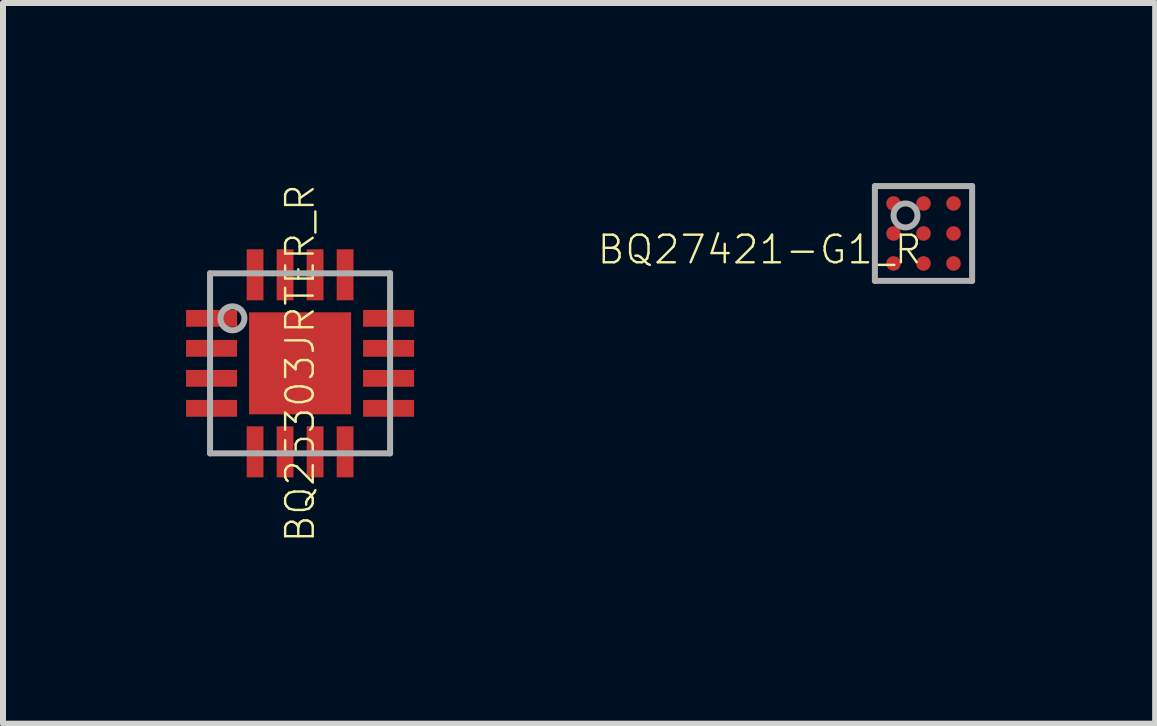
<source format=kicad_pcb>
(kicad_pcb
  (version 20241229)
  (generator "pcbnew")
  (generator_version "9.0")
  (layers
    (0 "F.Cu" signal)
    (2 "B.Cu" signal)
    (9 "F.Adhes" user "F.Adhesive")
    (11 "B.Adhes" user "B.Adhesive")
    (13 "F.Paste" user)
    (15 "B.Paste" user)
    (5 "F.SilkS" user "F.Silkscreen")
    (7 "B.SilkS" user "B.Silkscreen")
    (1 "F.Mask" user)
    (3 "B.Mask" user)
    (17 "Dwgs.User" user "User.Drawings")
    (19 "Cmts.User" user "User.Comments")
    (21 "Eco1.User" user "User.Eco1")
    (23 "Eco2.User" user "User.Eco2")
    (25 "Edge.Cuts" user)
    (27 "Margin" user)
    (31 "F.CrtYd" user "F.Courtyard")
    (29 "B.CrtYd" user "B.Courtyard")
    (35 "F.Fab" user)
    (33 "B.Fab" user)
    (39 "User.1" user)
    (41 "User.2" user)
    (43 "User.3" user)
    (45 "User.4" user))
  (footprint "BQ25303JRTER_R"
    (layer "F.Cu")
    (at 1.95 3.004)
    (property "Reference" "BQ25303JRTER_R" (at 0 0 90) (unlocked yes) (layer "F.SilkS") (effects (font (size 0.46 0.46) (thickness 0.04))))
    (fp_poly (pts (xy -1.95 -0.94) (xy -1.95 -0.56) (xy -1 -0.56) (xy -1 -0.94)) (stroke (width 0) (type default)) (fill yes) (layer "F.Mask"))
    (fp_poly (pts (xy -1.95 -0.44) (xy -1.95 -0.06) (xy -1 -0.06) (xy -1 -0.44)) (stroke (width 0) (type default)) (fill yes) (layer "F.Mask"))
    (fp_poly (pts (xy -1.95 0.06) (xy -1.95 0.44) (xy -1 0.44) (xy -1 0.06)) (stroke (width 0) (type default)) (fill yes) (layer "F.Mask"))
    (fp_poly (pts (xy -1.95 0.56) (xy -1.95 0.94) (xy -1 0.94) (xy -1 0.56)) (stroke (width 0) (type default)) (fill yes) (layer "F.Mask"))
    (fp_poly (pts (xy -0.94 1.95) (xy -0.56 1.95) (xy -0.56 1) (xy -0.94 1)) (stroke (width 0) (type default)) (fill yes) (layer "F.Mask"))
    (fp_poly (pts (xy -0.9 0.9) (xy 0.9 0.9) (xy 0.9 -0.9) (xy -0.9 -0.9)) (stroke (width 0) (type default)) (fill yes) (layer "F.Mask"))
    (fp_poly (pts (xy -0.56 -1.95) (xy -0.94 -1.95) (xy -0.94 -1) (xy -0.56 -1)) (stroke (width 0) (type default)) (fill yes) (layer "F.Mask"))
    (fp_poly (pts (xy -0.44 1.95) (xy -0.06 1.95) (xy -0.06 1) (xy -0.44 1)) (stroke (width 0) (type default)) (fill yes) (layer "F.Mask"))
    (fp_poly (pts (xy -0.06 -1.95) (xy -0.44 -1.95) (xy -0.44 -1) (xy -0.06 -1)) (stroke (width 0) (type default)) (fill yes) (layer "F.Mask"))
    (fp_poly (pts (xy 0.06 1.95) (xy 0.44 1.95) (xy 0.44 1) (xy 0.06 1)) (stroke (width 0) (type default)) (fill yes) (layer "F.Mask"))
    (fp_poly (pts (xy 0.44 -1.95) (xy 0.06 -1.95) (xy 0.06 -1) (xy 0.44 -1)) (stroke (width 0) (type default)) (fill yes) (layer "F.Mask"))
    (fp_poly (pts (xy 0.56 1.95) (xy 0.94 1.95) (xy 0.94 1) (xy 0.56 1)) (stroke (width 0) (type default)) (fill yes) (layer "F.Mask"))
    (fp_poly (pts (xy 0.94 -1.95) (xy 0.56 -1.95) (xy 0.56 -1) (xy 0.94 -1)) (stroke (width 0) (type default)) (fill yes) (layer "F.Mask"))
    (fp_poly (pts (xy 1.95 -0.56) (xy 1.95 -0.94) (xy 1 -0.94) (xy 1 -0.56)) (stroke (width 0) (type default)) (fill yes) (layer "F.Mask"))
    (fp_poly (pts (xy 1.95 -0.06) (xy 1.95 -0.44) (xy 1 -0.44) (xy 1 -0.06)) (stroke (width 0) (type default)) (fill yes) (layer "F.Mask"))
    (fp_poly (pts (xy 1.95 0.44) (xy 1.95 0.06) (xy 1 0.06) (xy 1 0.44)) (stroke (width 0) (type default)) (fill yes) (layer "F.Mask"))
    (fp_poly (pts (xy 1.95 0.94) (xy 1.95 0.56) (xy 1 0.56) (xy 1 0.94)) (stroke (width 0) (type default)) (fill yes) (layer "F.Mask"))
    (fp_poly (pts (xy -1.075 -0.635) (xy -1.875 -0.635) (xy -1.875 -0.865) (xy -1.075 -0.865)) (stroke (width 0) (type default)) (fill yes) (layer "F.Paste"))
    (fp_poly (pts (xy -1.075 -0.135) (xy -1.875 -0.135) (xy -1.875 -0.365) (xy -1.075 -0.365)) (stroke (width 0) (type default)) (fill yes) (layer "F.Paste"))
    (fp_poly (pts (xy -1.075 0.365) (xy -1.875 0.365) (xy -1.875 0.135) (xy -1.075 0.135)) (stroke (width 0) (type default)) (fill yes) (layer "F.Paste"))
    (fp_poly (pts (xy -1.075 0.865) (xy -1.875 0.865) (xy -1.875 0.635) (xy -1.075 0.635)) (stroke (width 0) (type default)) (fill yes) (layer "F.Paste"))
    (fp_poly (pts (xy -0.635 -1.075) (xy -0.865 -1.075) (xy -0.865 -1.875) (xy -0.635 -1.875)) (stroke (width 0) (type default)) (fill yes) (layer "F.Paste"))
    (fp_poly (pts (xy -0.635 1.875) (xy -0.865 1.875) (xy -0.865 1.075) (xy -0.635 1.075)) (stroke (width 0) (type default)) (fill yes) (layer "F.Paste"))
    (fp_poly (pts (xy -0.15 -0.15) (xy -0.75 -0.15) (xy -0.75 -0.75) (xy -0.15 -0.75)) (stroke (width 0) (type default)) (fill yes) (layer "F.Paste"))
    (fp_poly (pts (xy -0.15 0.75) (xy -0.75 0.75) (xy -0.75 0.15) (xy -0.15 0.15)) (stroke (width 0) (type default)) (fill yes) (layer "F.Paste"))
    (fp_poly (pts (xy -0.135 -1.075) (xy -0.365 -1.075) (xy -0.365 -1.875) (xy -0.135 -1.875)) (stroke (width 0) (type default)) (fill yes) (layer "F.Paste"))
    (fp_poly (pts (xy -0.135 1.875) (xy -0.365 1.875) (xy -0.365 1.075) (xy -0.135 1.075)) (stroke (width 0) (type default)) (fill yes) (layer "F.Paste"))
    (fp_poly (pts (xy 0.365 -1.075) (xy 0.135 -1.075) (xy 0.135 -1.875) (xy 0.365 -1.875)) (stroke (width 0) (type default)) (fill yes) (layer "F.Paste"))
    (fp_poly (pts (xy 0.365 1.875) (xy 0.135 1.875) (xy 0.135 1.075) (xy 0.365 1.075)) (stroke (width 0) (type default)) (fill yes) (layer "F.Paste"))
    (fp_poly (pts (xy 0.75 -0.15) (xy 0.15 -0.15) (xy 0.15 -0.75) (xy 0.75 -0.75)) (stroke (width 0) (type default)) (fill yes) (layer "F.Paste"))
    (fp_poly (pts (xy 0.75 0.75) (xy 0.15 0.75) (xy 0.15 0.15) (xy 0.75 0.15)) (stroke (width 0) (type default)) (fill yes) (layer "F.Paste"))
    (fp_poly (pts (xy 0.865 -1.075) (xy 0.635 -1.075) (xy 0.635 -1.875) (xy 0.865 -1.875)) (stroke (width 0) (type default)) (fill yes) (layer "F.Paste"))
    (fp_poly (pts (xy 0.865 1.875) (xy 0.635 1.875) (xy 0.635 1.075) (xy 0.865 1.075)) (stroke (width 0) (type default)) (fill yes) (layer "F.Paste"))
    (fp_poly (pts (xy 1.875 -0.635) (xy 1.075 -0.635) (xy 1.075 -0.865) (xy 1.875 -0.865)) (stroke (width 0) (type default)) (fill yes) (layer "F.Paste"))
    (fp_poly (pts (xy 1.875 -0.135) (xy 1.075 -0.135) (xy 1.075 -0.365) (xy 1.875 -0.365)) (stroke (width 0) (type default)) (fill yes) (layer "F.Paste"))
    (fp_poly (pts (xy 1.875 0.365) (xy 1.075 0.365) (xy 1.075 0.135) (xy 1.875 0.135)) (stroke (width 0) (type default)) (fill yes) (layer "F.Paste"))
    (fp_poly (pts (xy 1.875 0.865) (xy 1.075 0.865) (xy 1.075 0.635) (xy 1.875 0.635)) (stroke (width 0) (type default)) (fill yes) (layer "F.Paste"))
    (fp_line (start -1.5 -1.5) (end -1.5 1.5) (stroke (width 0.1) (type solid)) (layer "F.Fab"))
    (fp_line (start -1.5 1.5) (end 1.5 1.5) (stroke (width 0.1) (type solid)) (layer "F.Fab"))
    (fp_line (start 1.5 -1.5) (end -1.5 -1.5) (stroke (width 0.1) (type solid)) (layer "F.Fab"))
    (fp_line (start 1.5 1.5) (end 1.5 -1.5) (stroke (width 0.1) (type solid)) (layer "F.Fab"))
    (fp_circle (center -1.127 -0.75) (end -0.927 -0.75) (stroke (width 0.1) (type solid)) (fill no) (layer "F.Fab"))
    (pad "0" smd rect (at 0 0) (size 1.7 1.7) (layers "F.Cu"))
    (pad "1" smd rect (at -1.475 -0.75 270) (size 0.28 0.85) (layers "F.Cu"))
    (pad "2" smd rect (at -1.475 -0.25 270) (size 0.28 0.85) (layers "F.Cu"))
    (pad "3" smd rect (at -1.475 0.25 270) (size 0.28 0.85) (layers "F.Cu"))
    (pad "4" smd rect (at -1.475 0.75 270) (size 0.28 0.85) (layers "F.Cu"))
    (pad "5" smd rect (at -0.75 1.475) (size 0.28 0.85) (layers "F.Cu"))
    (pad "6" smd rect (at -0.25 1.475) (size 0.28 0.85) (layers "F.Cu"))
    (pad "7" smd rect (at 0.25 1.475) (size 0.28 0.85) (layers "F.Cu"))
    (pad "8" smd rect (at 0.75 1.475) (size 0.28 0.85) (layers "F.Cu"))
    (pad "9" smd rect (at 1.475 0.75 90) (size 0.28 0.85) (layers "F.Cu"))
    (pad "10" smd rect (at 1.475 0.25 90) (size 0.28 0.85) (layers "F.Cu"))
    (pad "11" smd rect (at 1.475 -0.25 90) (size 0.28 0.85) (layers "F.Cu"))
    (pad "12" smd rect (at 1.475 -0.75 90) (size 0.28 0.85) (layers "F.Cu"))
    (pad "13" smd rect (at 0.75 -1.475 180) (size 0.28 0.85) (layers "F.Cu"))
    (pad "14" smd rect (at 0.25 -1.475 180) (size 0.28 0.85) (layers "F.Cu"))
    (pad "15" smd rect (at -0.25 -1.475 180) (size 0.28 0.85) (layers "F.Cu"))
    (pad "16" smd rect (at -0.75 -1.475 180) (size 0.28 0.85) (layers "F.Cu")))
  (footprint "BQ27421-G1_R"
    (layer "F.Cu")
    (at 12.338 0.84)
    (property "Reference" "BQ27421-G1_R" (at 0 0 0) (unlocked yes) (layer "F.SilkS") (effects (font (size 0.46 0.46) (thickness 0.04)) (justify right top)))
    (fp_circle (center -0.5 -0.5) (end -0.414 -0.5) (stroke (width 0.172) (type solid)) (fill yes) (layer "F.Mask"))
    (fp_circle (center -0.5 0) (end -0.414 0) (stroke (width 0.172) (type solid)) (fill yes) (layer "F.Mask"))
    (fp_circle (center -0.5 0.5) (end -0.414 0.5) (stroke (width 0.172) (type solid)) (fill yes) (layer "F.Mask"))
    (fp_circle (center 0 -0.5) (end 0.086 -0.5) (stroke (width 0.172) (type solid)) (fill yes) (layer "F.Mask"))
    (fp_circle (center 0 0) (end 0.086 0) (stroke (width 0.172) (type solid)) (fill yes) (layer "F.Mask"))
    (fp_circle (center 0 0.5) (end 0.086 0.5) (stroke (width 0.172) (type solid)) (fill yes) (layer "F.Mask"))
    (fp_circle (center 0.5 -0.5) (end 0.586 -0.5) (stroke (width 0.172) (type solid)) (fill yes) (layer "F.Mask"))
    (fp_circle (center 0.5 0) (end 0.586 0) (stroke (width 0.172) (type solid)) (fill yes) (layer "F.Mask"))
    (fp_circle (center 0.5 0.5) (end 0.586 0.5) (stroke (width 0.172) (type solid)) (fill yes) (layer "F.Mask"))
    (fp_poly (pts (xy -0.375 -0.375) (xy -0.625 -0.375) (xy -0.625 -0.625) (xy -0.375 -0.625)) (stroke (width 0) (type default)) (fill yes) (layer "F.Paste"))
    (fp_poly (pts (xy -0.375 0.125) (xy -0.625 0.125) (xy -0.625 -0.125) (xy -0.375 -0.125)) (stroke (width 0) (type default)) (fill yes) (layer "F.Paste"))
    (fp_poly (pts (xy -0.375 0.625) (xy -0.625 0.625) (xy -0.625 0.375) (xy -0.375 0.375)) (stroke (width 0) (type default)) (fill yes) (layer "F.Paste"))
    (fp_poly (pts (xy 0.125 -0.375) (xy -0.125 -0.375) (xy -0.125 -0.625) (xy 0.125 -0.625)) (stroke (width 0) (type default)) (fill yes) (layer "F.Paste"))
    (fp_poly (pts (xy 0.125 0.125) (xy -0.125 0.125) (xy -0.125 -0.125) (xy 0.125 -0.125)) (stroke (width 0) (type default)) (fill yes) (layer "F.Paste"))
    (fp_poly (pts (xy 0.125 0.625) (xy -0.125 0.625) (xy -0.125 0.375) (xy 0.125 0.375)) (stroke (width 0) (type default)) (fill yes) (layer "F.Paste"))
    (fp_poly (pts (xy 0.625 -0.375) (xy 0.375 -0.375) (xy 0.375 -0.625) (xy 0.625 -0.625)) (stroke (width 0) (type default)) (fill yes) (layer "F.Paste"))
    (fp_poly (pts (xy 0.625 0.125) (xy 0.375 0.125) (xy 0.375 -0.125) (xy 0.625 -0.125)) (stroke (width 0) (type default)) (fill yes) (layer "F.Paste"))
    (fp_poly (pts (xy 0.625 0.625) (xy 0.375 0.625) (xy 0.375 0.375) (xy 0.625 0.375)) (stroke (width 0) (type default)) (fill yes) (layer "F.Paste"))
    (fp_line (start -0.81 -0.79) (end -0.81 0.79) (stroke (width 0.1) (type solid)) (layer "F.Fab"))
    (fp_line (start -0.81 0.79) (end 0.81 0.79) (stroke (width 0.1) (type solid)) (layer "F.Fab"))
    (fp_line (start 0.81 -0.79) (end -0.81 -0.79) (stroke (width 0.1) (type solid)) (layer "F.Fab"))
    (fp_line (start 0.81 0.79) (end 0.81 -0.79) (stroke (width 0.1) (type solid)) (layer "F.Fab"))
    (fp_circle (center -0.3 -0.3) (end -0.1 -0.3) (stroke (width 0.1) (type solid)) (fill no) (layer "F.Fab"))
    (pad "A1" smd roundrect (at -0.5 -0.5) (size 0.245 0.245) (layers "F.Cu") (roundrect_rratio 0.5))
    (pad "A2" smd roundrect (at 0 -0.5) (size 0.245 0.245) (layers "F.Cu") (roundrect_rratio 0.5))
    (pad "A3" smd roundrect (at 0.5 -0.5) (size 0.245 0.245) (layers "F.Cu") (roundrect_rratio 0.5))
    (pad "B1" smd roundrect (at -0.5 0) (size 0.245 0.245) (layers "F.Cu") (roundrect_rratio 0.5))
    (pad "B2" smd roundrect (at 0 0) (size 0.245 0.245) (layers "F.Cu") (roundrect_rratio 0.5))
    (pad "B3" smd roundrect (at 0.5 0) (size 0.245 0.245) (layers "F.Cu") (roundrect_rratio 0.5))
    (pad "C1" smd roundrect (at -0.5 0.5) (size 0.245 0.245) (layers "F.Cu") (roundrect_rratio 0.5))
    (pad "C2" smd roundrect (at 0 0.5) (size 0.245 0.245) (layers "F.Cu") (roundrect_rratio 0.5))
    (pad "C3" smd roundrect (at 0.5 0.5) (size 0.245 0.245) (layers "F.Cu") (roundrect_rratio 0.5)))
  (gr_rect
    (start -3 -3)
    (end 16.198 9.008)
    (stroke (width 0.1) (type default))
    (fill no)
    (layer "Edge.Cuts")))
</source>
